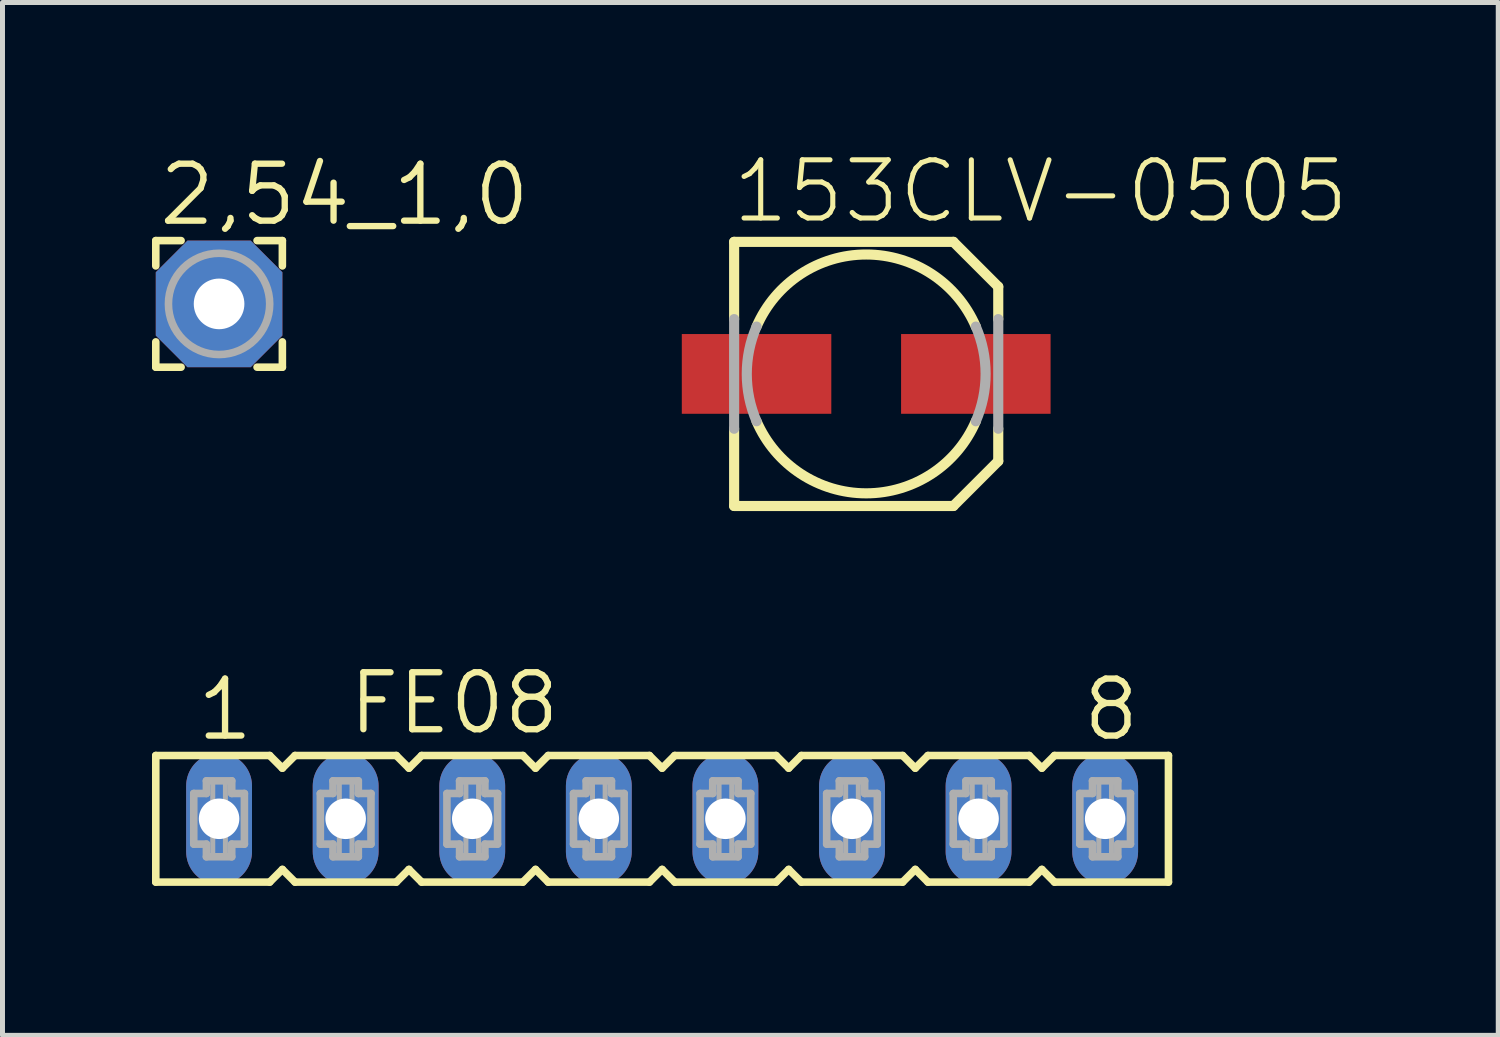
<source format=kicad_pcb>
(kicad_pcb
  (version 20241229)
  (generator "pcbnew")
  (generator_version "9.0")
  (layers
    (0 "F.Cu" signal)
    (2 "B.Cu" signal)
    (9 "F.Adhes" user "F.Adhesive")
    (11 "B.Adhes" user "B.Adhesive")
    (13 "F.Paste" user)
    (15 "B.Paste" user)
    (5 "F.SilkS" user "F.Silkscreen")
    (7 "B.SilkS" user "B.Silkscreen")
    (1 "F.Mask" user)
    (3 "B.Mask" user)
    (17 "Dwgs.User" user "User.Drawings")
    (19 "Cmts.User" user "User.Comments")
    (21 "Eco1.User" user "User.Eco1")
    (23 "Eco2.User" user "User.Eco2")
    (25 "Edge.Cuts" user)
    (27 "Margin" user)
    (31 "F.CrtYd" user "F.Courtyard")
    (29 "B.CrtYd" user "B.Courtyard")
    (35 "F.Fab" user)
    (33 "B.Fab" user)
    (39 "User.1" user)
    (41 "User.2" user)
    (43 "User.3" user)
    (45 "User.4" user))
  (footprint "153CLV-0505"
    (layer "F.Cu")
    (at 14.331 4.453)
    (property "Reference" "153CLV-0505" (at -2.74 -2.98 0) (layer "F.SilkS") (effects (font (size 1.168 1.168) (thickness 0.102)) (justify left bottom)))
    (fp_line (start -2.65 -2.65) (end 1.75 -2.65) (stroke (width 0.203) (type solid)) (layer "F.SilkS"))
    (fp_line (start -2.65 -1.1) (end -2.65 -2.65) (stroke (width 0.203) (type solid)) (layer "F.SilkS"))
    (fp_line (start -2.65 2.65) (end -2.65 1.1) (stroke (width 0.203) (type solid)) (layer "F.SilkS"))
    (fp_line (start 1.75 -2.65) (end 2.65 -1.75) (stroke (width 0.203) (type solid)) (layer "F.SilkS"))
    (fp_line (start 1.75 2.65) (end -2.65 2.65) (stroke (width 0.203) (type solid)) (layer "F.SilkS"))
    (fp_line (start 2.65 -1.75) (end 2.65 -1.1) (stroke (width 0.203) (type solid)) (layer "F.SilkS"))
    (fp_line (start 2.65 1.1) (end 2.65 1.75) (stroke (width 0.203) (type solid)) (layer "F.SilkS"))
    (fp_line (start 2.65 1.75) (end 1.75 2.65) (stroke (width 0.203) (type solid)) (layer "F.SilkS"))
    (fp_arc (start -2.2 -0.95) (mid 0 -2.396351) (end 2.2 -0.95) (stroke (width 0.2032) (type solid)) (layer "F.SilkS"))
    (fp_arc (start 2.2 0.95) (mid 0 2.396351) (end -2.2 0.95) (stroke (width 0.2032) (type solid)) (layer "F.SilkS"))
    (fp_line (start -2.65 1.1) (end -2.65 -1.1) (stroke (width 0.203) (type solid)) (layer "F.Fab"))
    (fp_line (start 2.65 -1.1) (end 2.65 1.1) (stroke (width 0.203) (type solid)) (layer "F.Fab"))
    (fp_arc (start -2.2 0.95) (mid -2.396351 0) (end -2.2 -0.95) (stroke (width 0.2032) (type solid)) (layer "F.Fab"))
    (fp_arc (start 2.2 -0.95) (mid 2.396351 0) (end 2.2 0.95) (stroke (width 0.2032) (type solid)) (layer "F.Fab"))
    (pad "+" smd rect (at 2.2 0) (size 3 1.6) (layers "F.Cu" "F.Mask" "F.Paste"))
    (pad "-" smd rect (at -2.2 0) (size 3 1.6) (layers "F.Cu" "F.Mask" "F.Paste")))
  (footprint "FE08"
    (layer "F.Cu")
    (at 10.236 13.38)
    (property "Reference" "FE08" (at -6.35 -1.651 0) (layer "F.SilkS") (effects (font (size 1.143 1.143) (thickness 0.127)) (justify left bottom)))
    (fp_line (start -10.16 -1.27) (end -10.16 1.27) (stroke (width 0.152) (type solid)) (layer "F.SilkS"))
    (fp_line (start -10.16 1.27) (end -7.874 1.27) (stroke (width 0.152) (type solid)) (layer "F.SilkS"))
    (fp_line (start -7.874 -1.27) (end -10.16 -1.27) (stroke (width 0.152) (type solid)) (layer "F.SilkS"))
    (fp_line (start -7.874 1.27) (end -7.62 1.016) (stroke (width 0.152) (type solid)) (layer "F.SilkS"))
    (fp_line (start -7.62 -1.016) (end -7.874 -1.27) (stroke (width 0.152) (type solid)) (layer "F.SilkS"))
    (fp_line (start -7.62 1.016) (end -7.366 1.27) (stroke (width 0.152) (type solid)) (layer "F.SilkS"))
    (fp_line (start -7.366 -1.27) (end -7.62 -1.016) (stroke (width 0.152) (type solid)) (layer "F.SilkS"))
    (fp_line (start -7.366 1.27) (end -5.334 1.27) (stroke (width 0.152) (type solid)) (layer "F.SilkS"))
    (fp_line (start -5.334 -1.27) (end -7.366 -1.27) (stroke (width 0.152) (type solid)) (layer "F.SilkS"))
    (fp_line (start -5.334 1.27) (end -5.08 1.016) (stroke (width 0.152) (type solid)) (layer "F.SilkS"))
    (fp_line (start -5.08 -1.016) (end -5.334 -1.27) (stroke (width 0.152) (type solid)) (layer "F.SilkS"))
    (fp_line (start -5.08 1.016) (end -4.826 1.27) (stroke (width 0.152) (type solid)) (layer "F.SilkS"))
    (fp_line (start -4.826 -1.27) (end -5.08 -1.016) (stroke (width 0.152) (type solid)) (layer "F.SilkS"))
    (fp_line (start -4.826 1.27) (end -2.794 1.27) (stroke (width 0.152) (type solid)) (layer "F.SilkS"))
    (fp_line (start -2.794 -1.27) (end -4.826 -1.27) (stroke (width 0.152) (type solid)) (layer "F.SilkS"))
    (fp_line (start -2.794 1.27) (end -2.54 1.016) (stroke (width 0.152) (type solid)) (layer "F.SilkS"))
    (fp_line (start -2.54 -1.016) (end -2.794 -1.27) (stroke (width 0.152) (type solid)) (layer "F.SilkS"))
    (fp_line (start -2.54 1.016) (end -2.286 1.27) (stroke (width 0.152) (type solid)) (layer "F.SilkS"))
    (fp_line (start -2.286 -1.27) (end -2.54 -1.016) (stroke (width 0.152) (type solid)) (layer "F.SilkS"))
    (fp_line (start -2.286 1.27) (end -0.254 1.27) (stroke (width 0.152) (type solid)) (layer "F.SilkS"))
    (fp_line (start -0.254 -1.27) (end -2.286 -1.27) (stroke (width 0.152) (type solid)) (layer "F.SilkS"))
    (fp_line (start -0.254 1.27) (end 0 1.016) (stroke (width 0.152) (type solid)) (layer "F.SilkS"))
    (fp_line (start 0 -1.016) (end -0.254 -1.27) (stroke (width 0.152) (type solid)) (layer "F.SilkS"))
    (fp_line (start 0 1.016) (end 0.254 1.27) (stroke (width 0.152) (type solid)) (layer "F.SilkS"))
    (fp_line (start 0.254 -1.27) (end 0 -1.016) (stroke (width 0.152) (type solid)) (layer "F.SilkS"))
    (fp_line (start 0.254 1.27) (end 2.286 1.27) (stroke (width 0.152) (type solid)) (layer "F.SilkS"))
    (fp_line (start 2.286 -1.27) (end 0.254 -1.27) (stroke (width 0.152) (type solid)) (layer "F.SilkS"))
    (fp_line (start 2.286 1.27) (end 2.54 1.016) (stroke (width 0.152) (type solid)) (layer "F.SilkS"))
    (fp_line (start 2.54 -1.016) (end 2.286 -1.27) (stroke (width 0.152) (type solid)) (layer "F.SilkS"))
    (fp_line (start 2.54 1.016) (end 2.794 1.27) (stroke (width 0.152) (type solid)) (layer "F.SilkS"))
    (fp_line (start 2.794 -1.27) (end 2.54 -1.016) (stroke (width 0.152) (type solid)) (layer "F.SilkS"))
    (fp_line (start 2.794 1.27) (end 4.826 1.27) (stroke (width 0.152) (type solid)) (layer "F.SilkS"))
    (fp_line (start 4.826 -1.27) (end 2.794 -1.27) (stroke (width 0.152) (type solid)) (layer "F.SilkS"))
    (fp_line (start 4.826 1.27) (end 5.08 1.016) (stroke (width 0.152) (type solid)) (layer "F.SilkS"))
    (fp_line (start 5.08 -1.016) (end 4.826 -1.27) (stroke (width 0.152) (type solid)) (layer "F.SilkS"))
    (fp_line (start 5.08 1.016) (end 5.334 1.27) (stroke (width 0.152) (type solid)) (layer "F.SilkS"))
    (fp_line (start 5.334 -1.27) (end 5.08 -1.016) (stroke (width 0.152) (type solid)) (layer "F.SilkS"))
    (fp_line (start 5.334 1.27) (end 7.366 1.27) (stroke (width 0.152) (type solid)) (layer "F.SilkS"))
    (fp_line (start 7.366 -1.27) (end 5.334 -1.27) (stroke (width 0.152) (type solid)) (layer "F.SilkS"))
    (fp_line (start 7.366 1.27) (end 7.62 1.016) (stroke (width 0.152) (type solid)) (layer "F.SilkS"))
    (fp_line (start 7.62 -1.016) (end 7.366 -1.27) (stroke (width 0.152) (type solid)) (layer "F.SilkS"))
    (fp_line (start 7.62 1.016) (end 7.874 1.27) (stroke (width 0.152) (type solid)) (layer "F.SilkS"))
    (fp_line (start 7.874 -1.27) (end 7.62 -1.016) (stroke (width 0.152) (type solid)) (layer "F.SilkS"))
    (fp_line (start 7.874 1.27) (end 10.16 1.27) (stroke (width 0.152) (type solid)) (layer "F.SilkS"))
    (fp_line (start 10.16 -1.27) (end 7.874 -1.27) (stroke (width 0.152) (type solid)) (layer "F.SilkS"))
    (fp_line (start 10.16 1.27) (end 10.16 -1.27) (stroke (width 0.152) (type solid)) (layer "F.SilkS"))
    (fp_line (start -9.398 -0.508) (end -9.398 0.508) (stroke (width 0.152) (type solid)) (layer "F.Fab"))
    (fp_line (start -9.398 0.508) (end -9.144 0.508) (stroke (width 0.152) (type solid)) (layer "F.Fab"))
    (fp_line (start -9.144 -0.762) (end -9.144 -0.508) (stroke (width 0.152) (type solid)) (layer "F.Fab"))
    (fp_line (start -9.144 -0.508) (end -9.398 -0.508) (stroke (width 0.152) (type solid)) (layer "F.Fab"))
    (fp_line (start -9.144 0.508) (end -9.144 0.762) (stroke (width 0.152) (type solid)) (layer "F.Fab"))
    (fp_line (start -9.144 0.762) (end -8.636 0.762) (stroke (width 0.152) (type solid)) (layer "F.Fab"))
    (fp_line (start -8.636 -0.762) (end -9.144 -0.762) (stroke (width 0.152) (type solid)) (layer "F.Fab"))
    (fp_line (start -8.636 -0.508) (end -8.636 -0.762) (stroke (width 0.152) (type solid)) (layer "F.Fab"))
    (fp_line (start -8.636 0.508) (end -8.382 0.508) (stroke (width 0.152) (type solid)) (layer "F.Fab"))
    (fp_line (start -8.636 0.762) (end -8.636 0.508) (stroke (width 0.152) (type solid)) (layer "F.Fab"))
    (fp_line (start -8.382 -0.508) (end -8.636 -0.508) (stroke (width 0.152) (type solid)) (layer "F.Fab"))
    (fp_line (start -8.382 0.508) (end -8.382 -0.508) (stroke (width 0.152) (type solid)) (layer "F.Fab"))
    (fp_line (start -6.858 -0.508) (end -6.858 0.508) (stroke (width 0.152) (type solid)) (layer "F.Fab"))
    (fp_line (start -6.858 0.508) (end -6.604 0.508) (stroke (width 0.152) (type solid)) (layer "F.Fab"))
    (fp_line (start -6.604 -0.762) (end -6.604 -0.508) (stroke (width 0.152) (type solid)) (layer "F.Fab"))
    (fp_line (start -6.604 -0.508) (end -6.858 -0.508) (stroke (width 0.152) (type solid)) (layer "F.Fab"))
    (fp_line (start -6.604 0.508) (end -6.604 0.762) (stroke (width 0.152) (type solid)) (layer "F.Fab"))
    (fp_line (start -6.604 0.762) (end -6.096 0.762) (stroke (width 0.152) (type solid)) (layer "F.Fab"))
    (fp_line (start -6.096 -0.762) (end -6.604 -0.762) (stroke (width 0.152) (type solid)) (layer "F.Fab"))
    (fp_line (start -6.096 -0.508) (end -6.096 -0.762) (stroke (width 0.152) (type solid)) (layer "F.Fab"))
    (fp_line (start -6.096 0.508) (end -5.842 0.508) (stroke (width 0.152) (type solid)) (layer "F.Fab"))
    (fp_line (start -6.096 0.762) (end -6.096 0.508) (stroke (width 0.152) (type solid)) (layer "F.Fab"))
    (fp_line (start -5.842 -0.508) (end -6.096 -0.508) (stroke (width 0.152) (type solid)) (layer "F.Fab"))
    (fp_line (start -5.842 0.508) (end -5.842 -0.508) (stroke (width 0.152) (type solid)) (layer "F.Fab"))
    (fp_line (start -4.318 -0.508) (end -4.318 0.508) (stroke (width 0.152) (type solid)) (layer "F.Fab"))
    (fp_line (start -4.318 0.508) (end -4.064 0.508) (stroke (width 0.152) (type solid)) (layer "F.Fab"))
    (fp_line (start -4.064 -0.762) (end -4.064 -0.508) (stroke (width 0.152) (type solid)) (layer "F.Fab"))
    (fp_line (start -4.064 -0.508) (end -4.318 -0.508) (stroke (width 0.152) (type solid)) (layer "F.Fab"))
    (fp_line (start -4.064 0.508) (end -4.064 0.762) (stroke (width 0.152) (type solid)) (layer "F.Fab"))
    (fp_line (start -4.064 0.762) (end -3.556 0.762) (stroke (width 0.152) (type solid)) (layer "F.Fab"))
    (fp_line (start -3.556 -0.762) (end -4.064 -0.762) (stroke (width 0.152) (type solid)) (layer "F.Fab"))
    (fp_line (start -3.556 -0.508) (end -3.556 -0.762) (stroke (width 0.152) (type solid)) (layer "F.Fab"))
    (fp_line (start -3.556 0.508) (end -3.302 0.508) (stroke (width 0.152) (type solid)) (layer "F.Fab"))
    (fp_line (start -3.556 0.762) (end -3.556 0.508) (stroke (width 0.152) (type solid)) (layer "F.Fab"))
    (fp_line (start -3.302 -0.508) (end -3.556 -0.508) (stroke (width 0.152) (type solid)) (layer "F.Fab"))
    (fp_line (start -3.302 0.508) (end -3.302 -0.508) (stroke (width 0.152) (type solid)) (layer "F.Fab"))
    (fp_line (start -1.778 -0.508) (end -1.778 0.508) (stroke (width 0.152) (type solid)) (layer "F.Fab"))
    (fp_line (start -1.778 0.508) (end -1.524 0.508) (stroke (width 0.152) (type solid)) (layer "F.Fab"))
    (fp_line (start -1.524 -0.762) (end -1.524 -0.508) (stroke (width 0.152) (type solid)) (layer "F.Fab"))
    (fp_line (start -1.524 -0.508) (end -1.778 -0.508) (stroke (width 0.152) (type solid)) (layer "F.Fab"))
    (fp_line (start -1.524 0.508) (end -1.524 0.762) (stroke (width 0.152) (type solid)) (layer "F.Fab"))
    (fp_line (start -1.524 0.762) (end -1.016 0.762) (stroke (width 0.152) (type solid)) (layer "F.Fab"))
    (fp_line (start -1.016 -0.762) (end -1.524 -0.762) (stroke (width 0.152) (type solid)) (layer "F.Fab"))
    (fp_line (start -1.016 -0.508) (end -1.016 -0.762) (stroke (width 0.152) (type solid)) (layer "F.Fab"))
    (fp_line (start -1.016 0.508) (end -0.762 0.508) (stroke (width 0.152) (type solid)) (layer "F.Fab"))
    (fp_line (start -1.016 0.762) (end -1.016 0.508) (stroke (width 0.152) (type solid)) (layer "F.Fab"))
    (fp_line (start -0.762 -0.508) (end -1.016 -0.508) (stroke (width 0.152) (type solid)) (layer "F.Fab"))
    (fp_line (start -0.762 0.508) (end -0.762 -0.508) (stroke (width 0.152) (type solid)) (layer "F.Fab"))
    (fp_line (start 0.762 -0.508) (end 0.762 0.508) (stroke (width 0.152) (type solid)) (layer "F.Fab"))
    (fp_line (start 0.762 0.508) (end 1.016 0.508) (stroke (width 0.152) (type solid)) (layer "F.Fab"))
    (fp_line (start 1.016 -0.762) (end 1.016 -0.508) (stroke (width 0.152) (type solid)) (layer "F.Fab"))
    (fp_line (start 1.016 -0.508) (end 0.762 -0.508) (stroke (width 0.152) (type solid)) (layer "F.Fab"))
    (fp_line (start 1.016 0.508) (end 1.016 0.762) (stroke (width 0.152) (type solid)) (layer "F.Fab"))
    (fp_line (start 1.016 0.762) (end 1.524 0.762) (stroke (width 0.152) (type solid)) (layer "F.Fab"))
    (fp_line (start 1.524 -0.762) (end 1.016 -0.762) (stroke (width 0.152) (type solid)) (layer "F.Fab"))
    (fp_line (start 1.524 -0.508) (end 1.524 -0.762) (stroke (width 0.152) (type solid)) (layer "F.Fab"))
    (fp_line (start 1.524 0.508) (end 1.778 0.508) (stroke (width 0.152) (type solid)) (layer "F.Fab"))
    (fp_line (start 1.524 0.762) (end 1.524 0.508) (stroke (width 0.152) (type solid)) (layer "F.Fab"))
    (fp_line (start 1.778 -0.508) (end 1.524 -0.508) (stroke (width 0.152) (type solid)) (layer "F.Fab"))
    (fp_line (start 1.778 0.508) (end 1.778 -0.508) (stroke (width 0.152) (type solid)) (layer "F.Fab"))
    (fp_line (start 3.302 -0.508) (end 3.302 0.508) (stroke (width 0.152) (type solid)) (layer "F.Fab"))
    (fp_line (start 3.302 0.508) (end 3.556 0.508) (stroke (width 0.152) (type solid)) (layer "F.Fab"))
    (fp_line (start 3.556 -0.762) (end 3.556 -0.508) (stroke (width 0.152) (type solid)) (layer "F.Fab"))
    (fp_line (start 3.556 -0.508) (end 3.302 -0.508) (stroke (width 0.152) (type solid)) (layer "F.Fab"))
    (fp_line (start 3.556 0.508) (end 3.556 0.762) (stroke (width 0.152) (type solid)) (layer "F.Fab"))
    (fp_line (start 3.556 0.762) (end 4.064 0.762) (stroke (width 0.152) (type solid)) (layer "F.Fab"))
    (fp_line (start 4.064 -0.762) (end 3.556 -0.762) (stroke (width 0.152) (type solid)) (layer "F.Fab"))
    (fp_line (start 4.064 -0.508) (end 4.064 -0.762) (stroke (width 0.152) (type solid)) (layer "F.Fab"))
    (fp_line (start 4.064 0.508) (end 4.318 0.508) (stroke (width 0.152) (type solid)) (layer "F.Fab"))
    (fp_line (start 4.064 0.762) (end 4.064 0.508) (stroke (width 0.152) (type solid)) (layer "F.Fab"))
    (fp_line (start 4.318 -0.508) (end 4.064 -0.508) (stroke (width 0.152) (type solid)) (layer "F.Fab"))
    (fp_line (start 4.318 0.508) (end 4.318 -0.508) (stroke (width 0.152) (type solid)) (layer "F.Fab"))
    (fp_line (start 5.842 -0.508) (end 5.842 0.508) (stroke (width 0.152) (type solid)) (layer "F.Fab"))
    (fp_line (start 5.842 0.508) (end 6.096 0.508) (stroke (width 0.152) (type solid)) (layer "F.Fab"))
    (fp_line (start 6.096 -0.762) (end 6.096 -0.508) (stroke (width 0.152) (type solid)) (layer "F.Fab"))
    (fp_line (start 6.096 -0.508) (end 5.842 -0.508) (stroke (width 0.152) (type solid)) (layer "F.Fab"))
    (fp_line (start 6.096 0.508) (end 6.096 0.762) (stroke (width 0.152) (type solid)) (layer "F.Fab"))
    (fp_line (start 6.096 0.762) (end 6.604 0.762) (stroke (width 0.152) (type solid)) (layer "F.Fab"))
    (fp_line (start 6.604 -0.762) (end 6.096 -0.762) (stroke (width 0.152) (type solid)) (layer "F.Fab"))
    (fp_line (start 6.604 -0.508) (end 6.604 -0.762) (stroke (width 0.152) (type solid)) (layer "F.Fab"))
    (fp_line (start 6.604 0.508) (end 6.858 0.508) (stroke (width 0.152) (type solid)) (layer "F.Fab"))
    (fp_line (start 6.604 0.762) (end 6.604 0.508) (stroke (width 0.152) (type solid)) (layer "F.Fab"))
    (fp_line (start 6.858 -0.508) (end 6.604 -0.508) (stroke (width 0.152) (type solid)) (layer "F.Fab"))
    (fp_line (start 6.858 0.508) (end 6.858 -0.508) (stroke (width 0.152) (type solid)) (layer "F.Fab"))
    (fp_line (start 8.382 -0.508) (end 8.382 0.508) (stroke (width 0.152) (type solid)) (layer "F.Fab"))
    (fp_line (start 8.382 0.508) (end 8.636 0.508) (stroke (width 0.152) (type solid)) (layer "F.Fab"))
    (fp_line (start 8.636 -0.762) (end 8.636 -0.508) (stroke (width 0.152) (type solid)) (layer "F.Fab"))
    (fp_line (start 8.636 -0.508) (end 8.382 -0.508) (stroke (width 0.152) (type solid)) (layer "F.Fab"))
    (fp_line (start 8.636 0.508) (end 8.636 0.762) (stroke (width 0.152) (type solid)) (layer "F.Fab"))
    (fp_line (start 8.636 0.762) (end 9.144 0.762) (stroke (width 0.152) (type solid)) (layer "F.Fab"))
    (fp_line (start 9.144 -0.762) (end 8.636 -0.762) (stroke (width 0.152) (type solid)) (layer "F.Fab"))
    (fp_line (start 9.144 -0.508) (end 9.144 -0.762) (stroke (width 0.152) (type solid)) (layer "F.Fab"))
    (fp_line (start 9.144 0.508) (end 9.398 0.508) (stroke (width 0.152) (type solid)) (layer "F.Fab"))
    (fp_line (start 9.144 0.762) (end 9.144 0.508) (stroke (width 0.152) (type solid)) (layer "F.Fab"))
    (fp_line (start 9.398 -0.508) (end 9.144 -0.508) (stroke (width 0.152) (type solid)) (layer "F.Fab"))
    (fp_line (start 9.398 0.508) (end 9.398 -0.508) (stroke (width 0.152) (type solid)) (layer "F.Fab"))
    (fp_poly (pts (xy -9.017 -0.254) (xy -8.763 -0.254) (xy -8.763 -0.762) (xy -9.017 -0.762)) (stroke (width 0.1) (type solid)) (fill no) (layer "F.Fab"))
    (fp_poly (pts (xy -9.017 0.762) (xy -8.763 0.762) (xy -8.763 0.254) (xy -9.017 0.254)) (stroke (width 0.1) (type solid)) (fill no) (layer "F.Fab"))
    (fp_poly (pts (xy -6.477 -0.254) (xy -6.223 -0.254) (xy -6.223 -0.762) (xy -6.477 -0.762)) (stroke (width 0.1) (type solid)) (fill no) (layer "F.Fab"))
    (fp_poly (pts (xy -6.477 0.762) (xy -6.223 0.762) (xy -6.223 0.254) (xy -6.477 0.254)) (stroke (width 0.1) (type solid)) (fill no) (layer "F.Fab"))
    (fp_poly (pts (xy -3.937 -0.254) (xy -3.683 -0.254) (xy -3.683 -0.762) (xy -3.937 -0.762)) (stroke (width 0.1) (type solid)) (fill no) (layer "F.Fab"))
    (fp_poly (pts (xy -3.937 0.762) (xy -3.683 0.762) (xy -3.683 0.254) (xy -3.937 0.254)) (stroke (width 0.1) (type solid)) (fill no) (layer "F.Fab"))
    (fp_poly (pts (xy -1.397 -0.254) (xy -1.143 -0.254) (xy -1.143 -0.762) (xy -1.397 -0.762)) (stroke (width 0.1) (type solid)) (fill no) (layer "F.Fab"))
    (fp_poly (pts (xy -1.397 0.762) (xy -1.143 0.762) (xy -1.143 0.254) (xy -1.397 0.254)) (stroke (width 0.1) (type solid)) (fill no) (layer "F.Fab"))
    (fp_poly (pts (xy 1.143 -0.254) (xy 1.397 -0.254) (xy 1.397 -0.762) (xy 1.143 -0.762)) (stroke (width 0.1) (type solid)) (fill no) (layer "F.Fab"))
    (fp_poly (pts (xy 1.143 0.762) (xy 1.397 0.762) (xy 1.397 0.254) (xy 1.143 0.254)) (stroke (width 0.1) (type solid)) (fill no) (layer "F.Fab"))
    (fp_poly (pts (xy 3.683 -0.254) (xy 3.937 -0.254) (xy 3.937 -0.762) (xy 3.683 -0.762)) (stroke (width 0.1) (type solid)) (fill no) (layer "F.Fab"))
    (fp_poly (pts (xy 3.683 0.762) (xy 3.937 0.762) (xy 3.937 0.254) (xy 3.683 0.254)) (stroke (width 0.1) (type solid)) (fill no) (layer "F.Fab"))
    (fp_poly (pts (xy 6.223 -0.254) (xy 6.477 -0.254) (xy 6.477 -0.762) (xy 6.223 -0.762)) (stroke (width 0.1) (type solid)) (fill no) (layer "F.Fab"))
    (fp_poly (pts (xy 6.223 0.762) (xy 6.477 0.762) (xy 6.477 0.254) (xy 6.223 0.254)) (stroke (width 0.1) (type solid)) (fill no) (layer "F.Fab"))
    (fp_poly (pts (xy 8.763 -0.254) (xy 9.017 -0.254) (xy 9.017 -0.762) (xy 8.763 -0.762)) (stroke (width 0.1) (type solid)) (fill no) (layer "F.Fab"))
    (fp_poly (pts (xy 8.763 0.762) (xy 9.017 0.762) (xy 9.017 0.254) (xy 8.763 0.254)) (stroke (width 0.1) (type solid)) (fill no) (layer "F.Fab"))
    (fp_text user "1" (at -9.398 -1.524 0) (layer "F.SilkS") (effects (font (size 1.143 1.143) (thickness 0.127)) (justify left bottom)))
    (fp_text user "8" (at 8.382 -1.524 0) (layer "F.SilkS") (effects (font (size 1.143 1.143) (thickness 0.127)) (justify left bottom)))
    (pad "1" thru_hole oval (at -8.89 0 90) (size 2.642 1.321) (drill 0.813) (layers "*.Cu" "*.Mask"))
    (pad "2" thru_hole oval (at -6.35 0 90) (size 2.642 1.321) (drill 0.813) (layers "*.Cu" "*.Mask"))
    (pad "3" thru_hole oval (at -3.81 0 90) (size 2.642 1.321) (drill 0.813) (layers "*.Cu" "*.Mask"))
    (pad "4" thru_hole oval (at -1.27 0 90) (size 2.642 1.321) (drill 0.813) (layers "*.Cu" "*.Mask"))
    (pad "5" thru_hole oval (at 1.27 0 90) (size 2.642 1.321) (drill 0.813) (layers "*.Cu" "*.Mask"))
    (pad "6" thru_hole oval (at 3.81 0 90) (size 2.642 1.321) (drill 0.813) (layers "*.Cu" "*.Mask"))
    (pad "7" thru_hole oval (at 6.35 0 90) (size 2.642 1.321) (drill 0.813) (layers "*.Cu" "*.Mask"))
    (pad "8" thru_hole oval (at 8.89 0 90) (size 2.642 1.321) (drill 0.813) (layers "*.Cu" "*.Mask")))
  (footprint "2,54_1,0"
    (layer "F.Cu")
    (at 1.346 3.048)
    (property "Reference" "2,54_1,0" (at -1.27 -1.524 0) (layer "F.SilkS") (effects (font (size 1.143 1.143) (thickness 0.127)) (justify left bottom)))
    (fp_line (start -1.27 -1.27) (end -1.27 -0.762) (stroke (width 0.152) (type solid)) (layer "F.SilkS"))
    (fp_line (start -1.27 -1.27) (end -0.762 -1.27) (stroke (width 0.152) (type solid)) (layer "F.SilkS"))
    (fp_line (start -1.27 1.27) (end -1.27 0.762) (stroke (width 0.152) (type solid)) (layer "F.SilkS"))
    (fp_line (start -1.27 1.27) (end -0.762 1.27) (stroke (width 0.152) (type solid)) (layer "F.SilkS"))
    (fp_line (start 0.762 1.27) (end 1.27 1.27) (stroke (width 0.152) (type solid)) (layer "F.SilkS"))
    (fp_line (start 1.27 -1.27) (end 0.762 -1.27) (stroke (width 0.152) (type solid)) (layer "F.SilkS"))
    (fp_line (start 1.27 -1.27) (end 1.27 -0.762) (stroke (width 0.152) (type solid)) (layer "F.SilkS"))
    (fp_line (start 1.27 1.27) (end 1.27 0.762) (stroke (width 0.152) (type solid)) (layer "F.SilkS"))
    (fp_circle (center 0 0) (end 1.016 0) (stroke (width 0.152) (type solid)) (fill no) (layer "F.Fab"))
    (pad "1" thru_hole roundrect (at 0 0) (size 2.54 2.54) (drill 1.016) (layers "*.Cu" "*.Mask") (roundrect_rratio 0.25) (chamfer_ratio 0.25) (chamfer top_left top_right bottom_left bottom_right)))
  (gr_rect
    (start -3 -3)
    (end 27.014 17.726)
    (stroke (width 0.1) (type default))
    (fill no)
    (layer "Edge.Cuts")))
</source>
